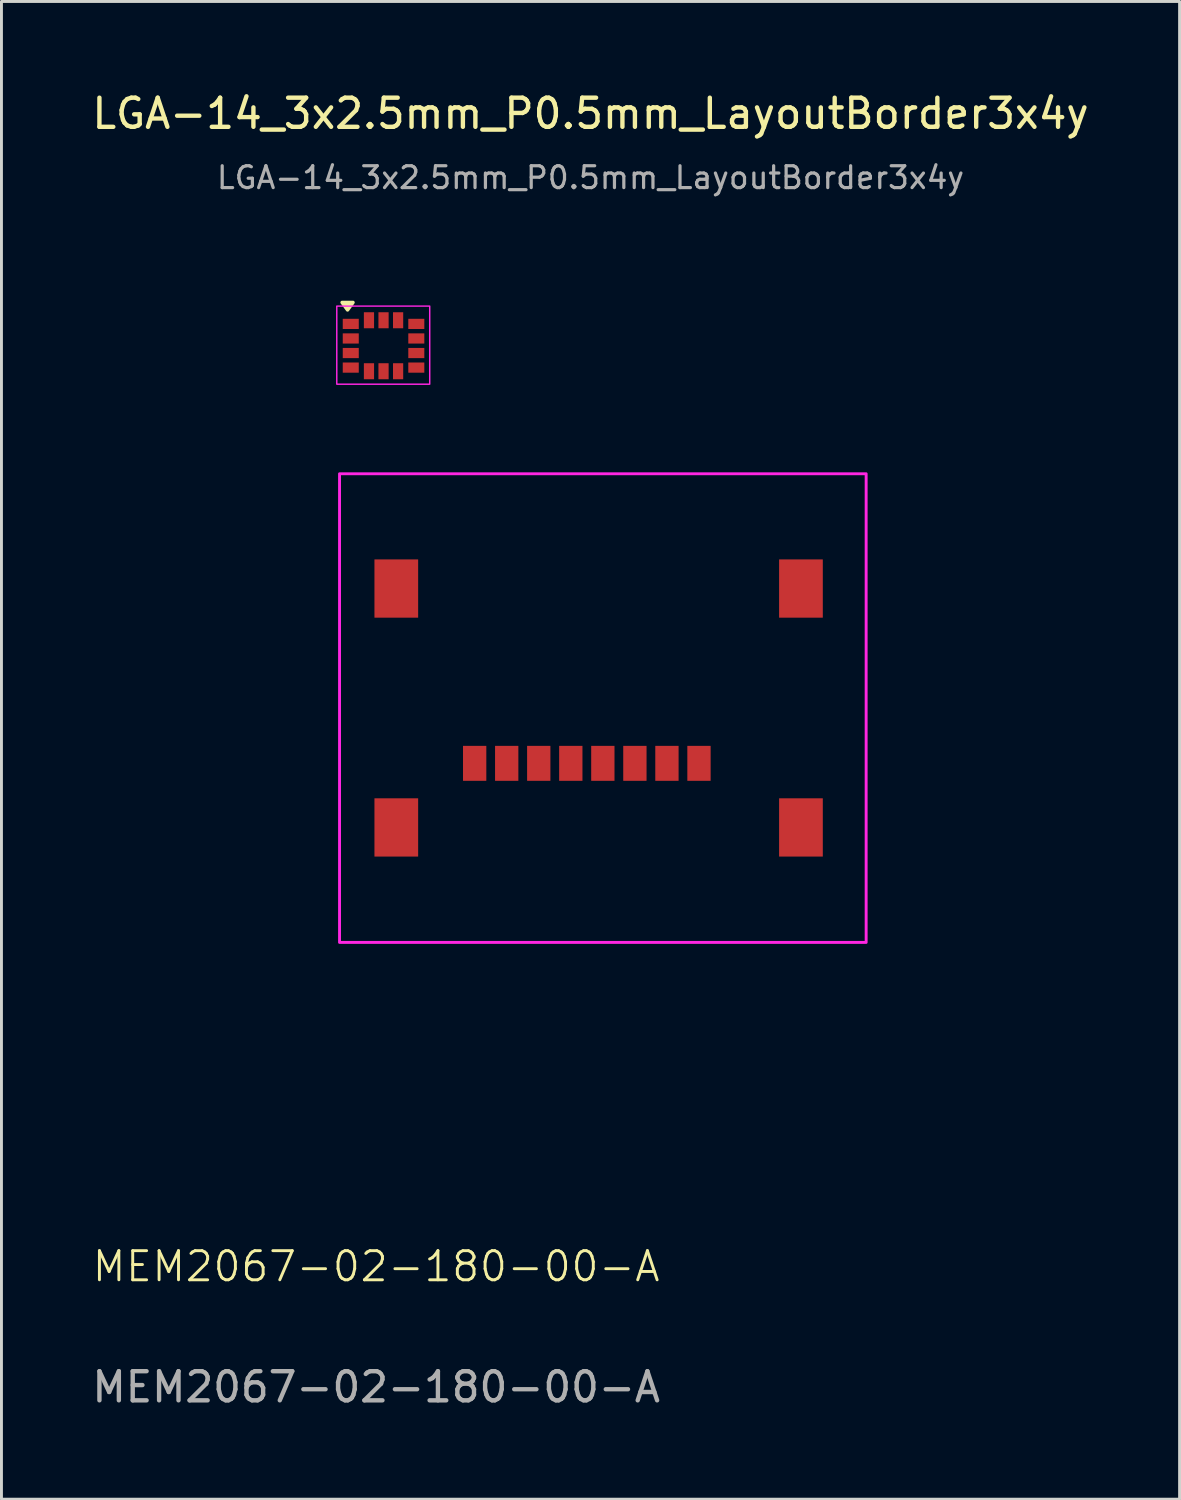
<source format=kicad_pcb>
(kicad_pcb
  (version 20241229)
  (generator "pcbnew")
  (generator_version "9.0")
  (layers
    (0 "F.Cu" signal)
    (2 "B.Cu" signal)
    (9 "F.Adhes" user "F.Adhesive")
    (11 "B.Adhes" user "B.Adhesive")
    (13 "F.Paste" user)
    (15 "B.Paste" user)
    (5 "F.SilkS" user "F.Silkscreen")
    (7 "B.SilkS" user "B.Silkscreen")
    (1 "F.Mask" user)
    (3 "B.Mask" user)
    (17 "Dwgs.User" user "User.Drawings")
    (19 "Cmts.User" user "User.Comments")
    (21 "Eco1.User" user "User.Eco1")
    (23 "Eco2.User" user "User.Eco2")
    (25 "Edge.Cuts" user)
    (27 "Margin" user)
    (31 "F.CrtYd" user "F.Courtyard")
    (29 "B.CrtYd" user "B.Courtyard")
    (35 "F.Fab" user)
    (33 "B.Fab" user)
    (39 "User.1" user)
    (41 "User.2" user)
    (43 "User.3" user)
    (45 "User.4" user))
  (footprint "MEM2067-02-180-00-A"
    (layer "F.Cu")
    (at 16.803 29.862)
    (property "Reference" "MEM2067-02-180-00-A" (at -6.94 10.56 0) (unlocked yes) (layer "F.SilkS") (effects (font (size 1 1) (thickness 0.1))))
    (attr smd)
    (fp_rect (start -8.198 -16.65) (end 9.878 -0.563) (stroke (width 0.1) (type solid)) (fill no) (layer "F.CrtYd"))
    (fp_text user "${REFERENCE}" (at -6.94 14.7 0) (unlocked yes) (layer "F.Fab") (effects (font (size 1 1) (thickness 0.15))))
    (pad "" smd rect (at -6.25 -12.71) (size 1.5 2) (layers "F.Cu" "F.Mask" "F.Paste"))
    (pad "" smd rect (at -6.25 -4.51) (size 1.5 2) (layers "F.Cu" "F.Mask" "F.Paste"))
    (pad "" smd rect (at 7.64 -12.71) (size 1.5 2) (layers "F.Cu" "F.Mask" "F.Paste"))
    (pad "" smd rect (at 7.64 -4.51) (size 1.5 2) (layers "F.Cu" "F.Mask" "F.Paste"))
    (pad "1" smd rect (at 4.14 -6.71) (size 0.8 1.2) (layers "F.Cu" "F.Mask" "F.Paste"))
    (pad "2" smd rect (at 3.04 -6.71) (size 0.8 1.2) (layers "F.Cu" "F.Mask" "F.Paste"))
    (pad "3" smd rect (at 1.94 -6.71) (size 0.8 1.2) (layers "F.Cu" "F.Mask" "F.Paste"))
    (pad "4" smd rect (at 0.84 -6.71) (size 0.8 1.2) (layers "F.Cu" "F.Mask" "F.Paste"))
    (pad "5" smd rect (at -0.26 -6.71) (size 0.8 1.2) (layers "F.Cu" "F.Mask" "F.Paste"))
    (pad "6" smd rect (at -1.36 -6.71) (size 0.8 1.2) (layers "F.Cu" "F.Mask" "F.Paste"))
    (pad "7" smd rect (at -2.46 -6.71) (size 0.8 1.2) (layers "F.Cu" "F.Mask" "F.Paste"))
    (pad "8" smd rect (at -3.56 -6.71) (size 0.8 1.2) (layers "F.Cu" "F.Mask" "F.Paste")))
  (footprint "LGA-14_3x2.5mm_P0.5mm_LayoutBorder3x4y"
    (layer "F.Cu")
    (at 17.22 3.048)
    (property "Reference" "LGA-14_3x2.5mm_P0.5mm_LayoutBorder3x4y" (at 0 -2.2 0) (layer "F.SilkS") (effects (font (size 1 1) (thickness 0.15))))
    (attr smd)
    (fp_poly (pts (xy -8.34 4.54) (xy -8.526 4.284) (xy -8.154 4.284)) (stroke (width 0.12) (type solid)) (fill yes) (layer "F.SilkS"))
    (fp_rect (start -8.71 4.409) (end -5.52 7.089) (stroke (width 0.05) (type default)) (fill no) (layer "F.CrtYd"))
    (fp_text user "${REFERENCE}" (at 0 0 0) (layer "F.Fab") (effects (font (size 0.75 0.75) (thickness 0.11))))
    (pad "1" smd rect (at -8.23 5.02) (size 0.55 0.35) (layers "F.Cu" "F.Mask" "F.Paste"))
    (pad "2" smd rect (at -8.23 5.52) (size 0.55 0.35) (layers "F.Cu" "F.Mask" "F.Paste"))
    (pad "3" smd rect (at -8.23 6.02) (size 0.55 0.35) (layers "F.Cu" "F.Mask" "F.Paste"))
    (pad "4" smd rect (at -8.23 6.52) (size 0.55 0.35) (layers "F.Cu" "F.Mask" "F.Paste"))
    (pad "5" smd rect (at -7.605 6.645 90) (size 0.55 0.35) (layers "F.Cu" "F.Mask" "F.Paste"))
    (pad "6" smd rect (at -7.105 6.645 90) (size 0.55 0.35) (layers "F.Cu" "F.Mask" "F.Paste"))
    (pad "7" smd rect (at -6.605 6.645 90) (size 0.55 0.35) (layers "F.Cu" "F.Mask" "F.Paste"))
    (pad "8" smd rect (at -5.98 6.52) (size 0.55 0.35) (layers "F.Cu" "F.Mask" "F.Paste"))
    (pad "9" smd rect (at -5.98 6.02) (size 0.55 0.35) (layers "F.Cu" "F.Mask" "F.Paste"))
    (pad "10" smd rect (at -5.98 5.52) (size 0.55 0.35) (layers "F.Cu" "F.Mask" "F.Paste"))
    (pad "11" smd rect (at -5.98 5.02) (size 0.55 0.35) (layers "F.Cu" "F.Mask" "F.Paste"))
    (pad "12" smd rect (at -6.605 4.895 90) (size 0.55 0.35) (layers "F.Cu" "F.Mask" "F.Paste"))
    (pad "13" smd rect (at -7.105 4.895 90) (size 0.55 0.35) (layers "F.Cu" "F.Mask" "F.Paste"))
    (pad "14" smd rect (at -7.605 4.895 90) (size 0.55 0.35) (layers "F.Cu" "F.Mask" "F.Paste")))
  (gr_rect
    (start -3 -3)
    (end 37.44 48.411)
    (stroke (width 0.1) (type default))
    (fill no)
    (layer "Edge.Cuts")))
</source>
